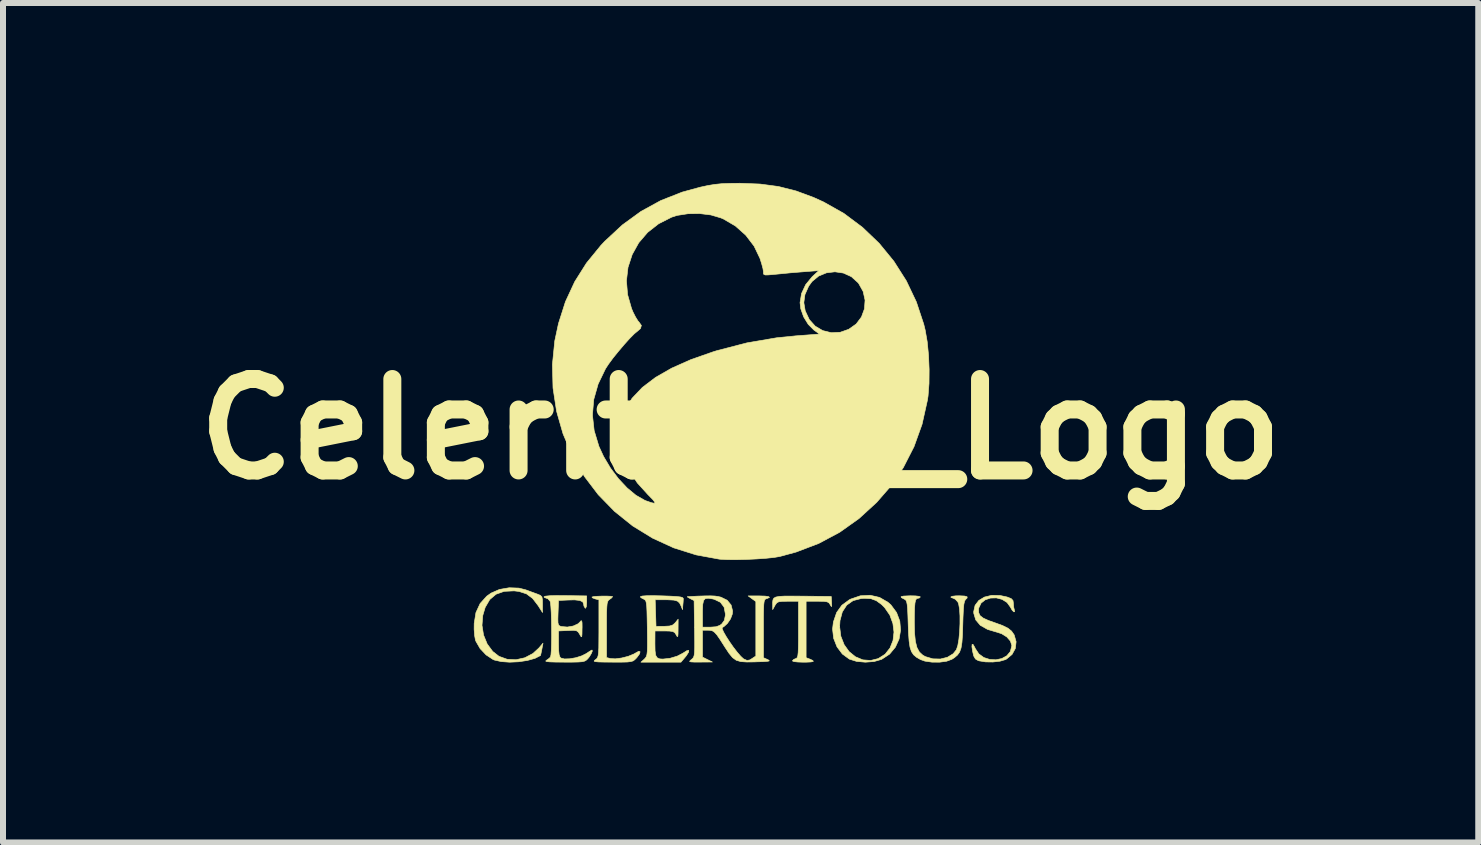
<source format=kicad_pcb>
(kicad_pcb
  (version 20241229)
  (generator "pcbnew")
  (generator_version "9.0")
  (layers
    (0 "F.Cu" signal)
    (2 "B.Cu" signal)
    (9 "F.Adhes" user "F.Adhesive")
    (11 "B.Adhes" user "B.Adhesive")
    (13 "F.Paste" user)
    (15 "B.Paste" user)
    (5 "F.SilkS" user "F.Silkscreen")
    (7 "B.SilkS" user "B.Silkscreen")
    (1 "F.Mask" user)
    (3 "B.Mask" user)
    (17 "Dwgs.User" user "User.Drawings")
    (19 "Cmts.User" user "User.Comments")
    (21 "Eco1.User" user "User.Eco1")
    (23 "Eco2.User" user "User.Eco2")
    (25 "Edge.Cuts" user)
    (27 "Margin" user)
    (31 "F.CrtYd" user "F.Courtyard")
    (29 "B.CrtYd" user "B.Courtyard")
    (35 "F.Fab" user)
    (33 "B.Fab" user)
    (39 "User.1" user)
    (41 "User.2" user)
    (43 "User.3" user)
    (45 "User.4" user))
  (footprint "Celeritous_Logo"
    (layer "F.Cu")
    (at 9.296 4.103)
    (property "Reference" "Celeritous_Logo" (at 0 0 0) (layer "F.SilkS") (effects (font (size 1.524 1.524) (thickness 0.3))))
    (attr through_hole)
    (fp_poly (pts (xy 1.032 2.785) (xy 1.036 2.785) (xy 1.511 2.79) (xy 1.517 2.887) (xy 1.519 2.946) (xy 1.514 2.96) (xy 1.497 2.934) (xy 1.494 2.927) (xy 1.474 2.898) (xy 1.443 2.88) (xy 1.389 2.872) (xy 1.298 2.87) (xy 1.279 2.87) (xy 1.092 2.87) (xy 1.092 3.811) (xy 1.156 3.835) (xy 1.205 3.858) (xy 1.212 3.873) (xy 1.173 3.882) (xy 1.088 3.886) (xy 1.041 3.886) (xy 0.954 3.883) (xy 0.89 3.876) (xy 0.864 3.865) (xy 0.864 3.864) (xy 0.885 3.84) (xy 0.914 3.828) (xy 0.932 3.821) (xy 0.945 3.806) (xy 0.954 3.776) (xy 0.96 3.723) (xy 0.963 3.642) (xy 0.965 3.525) (xy 0.965 3.365) (xy 0.965 3.342) (xy 0.965 2.87) (xy 0.788 2.87) (xy 0.694 2.872) (xy 0.637 2.879) (xy 0.604 2.896) (xy 0.58 2.928) (xy 0.573 2.94) (xy 0.535 3.01) (xy 0.535 2.946) (xy 0.534 2.89) (xy 0.539 2.848) (xy 0.554 2.819) (xy 0.588 2.8) (xy 0.646 2.789) (xy 0.735 2.784) (xy 0.862 2.784) (xy 1.032 2.785)) (stroke (width 0.01) (type solid)) (fill yes) (layer "F.SilkS"))
    (fp_poly (pts (xy -2.167 2.787) (xy -2.135 2.792) (xy -2.134 2.794) (xy -2.152 2.816) (xy -2.184 2.839) (xy -2.202 2.853) (xy -2.215 2.874) (xy -2.225 2.91) (xy -2.23 2.968) (xy -2.234 3.054) (xy -2.235 3.177) (xy -2.235 3.34) (xy -2.235 3.809) (xy -2.17 3.825) (xy -2.089 3.83) (xy -1.983 3.816) (xy -1.873 3.788) (xy -1.78 3.75) (xy -1.751 3.733) (xy -1.698 3.704) (xy -1.676 3.711) (xy -1.684 3.746) (xy -1.725 3.803) (xy -1.739 3.819) (xy -1.766 3.846) (xy -1.793 3.865) (xy -1.831 3.876) (xy -1.889 3.883) (xy -1.977 3.885) (xy -2.104 3.885) (xy -2.139 3.885) (xy -2.274 3.884) (xy -2.365 3.882) (xy -2.419 3.877) (xy -2.441 3.87) (xy -2.438 3.858) (xy -2.419 3.844) (xy -2.399 3.828) (xy -2.385 3.808) (xy -2.375 3.776) (xy -2.368 3.726) (xy -2.364 3.649) (xy -2.363 3.538) (xy -2.362 3.387) (xy -2.362 3.325) (xy -2.362 2.846) (xy -2.427 2.83) (xy -2.47 2.813) (xy -2.478 2.8) (xy -2.448 2.792) (xy -2.386 2.787) (xy -2.308 2.784) (xy -2.23 2.784) (xy -2.167 2.787)) (stroke (width 0.01) (type solid)) (fill yes) (layer "F.SilkS"))
    (fp_poly (pts (xy 2.316 2.806) (xy 2.456 2.887) (xy 2.505 2.93) (xy 2.6 3.058) (xy 2.654 3.201) (xy 2.667 3.352) (xy 2.642 3.5) (xy 2.58 3.636) (xy 2.483 3.752) (xy 2.352 3.838) (xy 2.35 3.839) (xy 2.225 3.875) (xy 2.08 3.886) (xy 1.935 3.873) (xy 1.814 3.835) (xy 1.812 3.834) (xy 1.696 3.749) (xy 1.607 3.63) (xy 1.551 3.488) (xy 1.533 3.333) (xy 1.538 3.292) (xy 1.651 3.292) (xy 1.671 3.453) (xy 1.726 3.594) (xy 1.809 3.71) (xy 1.915 3.796) (xy 2.037 3.847) (xy 2.169 3.857) (xy 2.294 3.826) (xy 2.409 3.753) (xy 2.491 3.649) (xy 2.541 3.524) (xy 2.557 3.384) (xy 2.539 3.241) (xy 2.488 3.101) (xy 2.401 2.975) (xy 2.351 2.925) (xy 2.262 2.86) (xy 2.173 2.827) (xy 2.064 2.821) (xy 2.009 2.825) (xy 1.874 2.86) (xy 1.769 2.935) (xy 1.696 3.047) (xy 1.657 3.193) (xy 1.651 3.292) (xy 1.538 3.292) (xy 1.547 3.216) (xy 1.601 3.058) (xy 1.688 2.937) (xy 1.812 2.846) (xy 1.833 2.835) (xy 1.996 2.779) (xy 2.16 2.77) (xy 2.316 2.806)) (stroke (width 0.01) (type solid)) (fill yes) (layer "F.SilkS"))
    (fp_poly (pts (xy -3.695 2.651) (xy -3.581 2.68) (xy -3.492 2.713) (xy -3.407 2.744) (xy -3.385 2.752) (xy -3.337 2.772) (xy -3.312 2.798) (xy -3.303 2.847) (xy -3.302 2.919) (xy -3.302 3.058) (xy -3.375 2.943) (xy -3.467 2.823) (xy -3.569 2.747) (xy -3.692 2.707) (xy -3.776 2.697) (xy -3.942 2.705) (xy -4.077 2.753) (xy -4.182 2.842) (xy -4.258 2.973) (xy -4.298 3.107) (xy -4.311 3.271) (xy -4.285 3.434) (xy -4.224 3.583) (xy -4.132 3.707) (xy -4.028 3.788) (xy -3.892 3.837) (xy -3.744 3.845) (xy -3.597 3.812) (xy -3.462 3.741) (xy -3.365 3.652) (xy -3.294 3.569) (xy -3.313 3.67) (xy -3.326 3.734) (xy -3.335 3.772) (xy -3.336 3.775) (xy -3.428 3.822) (xy -3.554 3.857) (xy -3.7 3.879) (xy -3.85 3.886) (xy -3.99 3.876) (xy -4.105 3.85) (xy -4.128 3.84) (xy -4.243 3.764) (xy -4.343 3.658) (xy -4.411 3.54) (xy -4.42 3.518) (xy -4.434 3.442) (xy -4.442 3.338) (xy -4.441 3.24) (xy -4.412 3.059) (xy -4.342 2.908) (xy -4.232 2.786) (xy -4.159 2.734) (xy -4.019 2.673) (xy -3.857 2.645) (xy -3.695 2.651)) (stroke (width 0.01) (type solid)) (fill yes) (layer "F.SilkS"))
    (fp_poly (pts (xy 4.326 2.774) (xy 4.445 2.8) (xy 4.511 2.826) (xy 4.541 2.858) (xy 4.547 2.9) (xy 4.552 2.967) (xy 4.562 3.008) (xy 4.569 3.044) (xy 4.555 3.047) (xy 4.528 3.021) (xy 4.5 2.972) (xy 4.5 2.971) (xy 4.442 2.891) (xy 4.36 2.839) (xy 4.264 2.814) (xy 4.166 2.817) (xy 4.078 2.846) (xy 4.009 2.901) (xy 3.971 2.981) (xy 3.967 3.004) (xy 3.97 3.063) (xy 3.993 3.111) (xy 4.045 3.151) (xy 4.133 3.191) (xy 4.241 3.229) (xy 4.369 3.276) (xy 4.458 3.32) (xy 4.517 3.368) (xy 4.558 3.427) (xy 4.561 3.432) (xy 4.593 3.545) (xy 4.58 3.657) (xy 4.525 3.757) (xy 4.432 3.834) (xy 4.412 3.844) (xy 4.322 3.87) (xy 4.205 3.883) (xy 4.083 3.881) (xy 3.979 3.864) (xy 3.959 3.858) (xy 3.915 3.832) (xy 3.887 3.784) (xy 3.868 3.707) (xy 3.856 3.626) (xy 3.86 3.587) (xy 3.878 3.593) (xy 3.907 3.646) (xy 3.912 3.658) (xy 3.971 3.747) (xy 4.054 3.808) (xy 4.153 3.84) (xy 4.256 3.846) (xy 4.355 3.825) (xy 4.438 3.779) (xy 4.497 3.708) (xy 4.521 3.613) (xy 4.521 3.606) (xy 4.498 3.534) (xy 4.438 3.465) (xy 4.353 3.412) (xy 4.287 3.39) (xy 4.118 3.34) (xy 3.996 3.271) (xy 3.92 3.181) (xy 3.887 3.071) (xy 3.886 3.042) (xy 3.909 2.938) (xy 3.971 2.857) (xy 4.066 2.8) (xy 4.187 2.771) (xy 4.326 2.774)) (stroke (width 0.01) (type solid)) (fill yes) (layer "F.SilkS"))
    (fp_poly (pts (xy -1.314 2.78) (xy -1.17 2.785) (xy -1.069 2.791) (xy -1.005 2.798) (xy -0.969 2.808) (xy -0.956 2.822) (xy -0.955 2.83) (xy -0.958 2.886) (xy -0.963 2.94) (xy -0.968 3.01) (xy -0.993 2.947) (xy -1.019 2.897) (xy -1.054 2.867) (xy -1.112 2.851) (xy -1.203 2.846) (xy -1.252 2.845) (xy -1.424 2.845) (xy -1.41 3.289) (xy -1.273 3.288) (xy -1.185 3.283) (xy -1.13 3.265) (xy -1.09 3.229) (xy -1.089 3.228) (xy -1.041 3.169) (xy -1.042 3.331) (xy -1.043 3.416) (xy -1.047 3.456) (xy -1.057 3.459) (xy -1.073 3.431) (xy -1.074 3.429) (xy -1.097 3.394) (xy -1.129 3.375) (xy -1.185 3.367) (xy -1.267 3.365) (xy -1.427 3.365) (xy -1.428 3.578) (xy -1.426 3.695) (xy -1.416 3.77) (xy -1.391 3.812) (xy -1.349 3.831) (xy -1.295 3.834) (xy -1.176 3.821) (xy -1.056 3.785) (xy -0.962 3.736) (xy -0.896 3.694) (xy -0.864 3.689) (xy -0.866 3.717) (xy -0.904 3.777) (xy -0.929 3.808) (xy -0.995 3.886) (xy -1.661 3.886) (xy -1.604 3.834) (xy -1.585 3.813) (xy -1.57 3.789) (xy -1.561 3.754) (xy -1.555 3.7) (xy -1.553 3.62) (xy -1.553 3.505) (xy -1.555 3.348) (xy -1.555 3.32) (xy -1.558 3.156) (xy -1.561 3.036) (xy -1.565 2.952) (xy -1.572 2.897) (xy -1.581 2.864) (xy -1.595 2.846) (xy -1.614 2.835) (xy -1.619 2.832) (xy -1.662 2.81) (xy -1.67 2.793) (xy -1.639 2.783) (xy -1.566 2.778) (xy -1.448 2.777) (xy -1.314 2.78)) (stroke (width 0.01) (type solid)) (fill yes) (layer "F.SilkS"))
    (fp_poly (pts (xy 2.916 2.781) (xy 2.976 2.788) (xy 2.997 2.798) (xy 2.977 2.817) (xy 2.962 2.819) (xy 2.936 2.826) (xy 2.918 2.85) (xy 2.907 2.899) (xy 2.9 2.98) (xy 2.897 3.099) (xy 2.896 3.222) (xy 2.9 3.402) (xy 2.914 3.54) (xy 2.94 3.642) (xy 2.98 3.716) (xy 3.036 3.768) (xy 3.08 3.793) (xy 3.204 3.83) (xy 3.331 3.833) (xy 3.448 3.804) (xy 3.544 3.745) (xy 3.597 3.679) (xy 3.621 3.608) (xy 3.639 3.504) (xy 3.651 3.379) (xy 3.657 3.245) (xy 3.657 3.114) (xy 3.65 3.001) (xy 3.635 2.916) (xy 3.622 2.883) (xy 3.58 2.837) (xy 3.543 2.819) (xy 3.509 2.808) (xy 3.505 2.798) (xy 3.528 2.787) (xy 3.587 2.78) (xy 3.645 2.779) (xy 3.733 2.783) (xy 3.775 2.794) (xy 3.777 2.815) (xy 3.749 2.843) (xy 3.734 2.868) (xy 3.722 2.92) (xy 3.714 3.005) (xy 3.708 3.13) (xy 3.704 3.26) (xy 3.699 3.429) (xy 3.69 3.556) (xy 3.675 3.649) (xy 3.651 3.717) (xy 3.615 3.767) (xy 3.565 3.81) (xy 3.523 3.837) (xy 3.434 3.87) (xy 3.317 3.886) (xy 3.189 3.885) (xy 3.072 3.868) (xy 2.999 3.842) (xy 2.933 3.804) (xy 2.883 3.762) (xy 2.848 3.709) (xy 2.824 3.635) (xy 2.809 3.534) (xy 2.799 3.396) (xy 2.794 3.256) (xy 2.789 3.105) (xy 2.784 2.998) (xy 2.777 2.925) (xy 2.768 2.88) (xy 2.756 2.854) (xy 2.737 2.839) (xy 2.724 2.832) (xy 2.679 2.809) (xy 2.675 2.793) (xy 2.715 2.784) (xy 2.801 2.78) (xy 2.832 2.779) (xy 2.916 2.781)) (stroke (width 0.01) (type solid)) (fill yes) (layer "F.SilkS"))
    (fp_poly (pts (xy -2.929 2.776) (xy -2.921 2.776) (xy -2.566 2.781) (xy -2.566 2.891) (xy -2.571 2.958) (xy -2.584 2.986) (xy -2.591 2.985) (xy -2.612 2.949) (xy -2.616 2.92) (xy -2.631 2.881) (xy -2.68 2.857) (xy -2.768 2.847) (xy -2.884 2.85) (xy -3.035 2.857) (xy -3.043 3.066) (xy -3.046 3.169) (xy -3.044 3.232) (xy -3.034 3.266) (xy -3.014 3.283) (xy -2.984 3.292) (xy -2.888 3.3) (xy -2.79 3.283) (xy -2.71 3.246) (xy -2.686 3.224) (xy -2.662 3.197) (xy -2.649 3.196) (xy -2.643 3.229) (xy -2.642 3.302) (xy -2.643 3.331) (xy -2.644 3.417) (xy -2.648 3.459) (xy -2.657 3.463) (xy -2.675 3.435) (xy -2.682 3.421) (xy -2.707 3.383) (xy -2.736 3.362) (xy -2.786 3.355) (xy -2.871 3.358) (xy -2.878 3.358) (xy -3.035 3.365) (xy -3.035 3.579) (xy -3.033 3.691) (xy -3.025 3.762) (xy -3.01 3.802) (xy -2.995 3.817) (xy -2.936 3.832) (xy -2.846 3.829) (xy -2.745 3.811) (xy -2.648 3.78) (xy -2.578 3.745) (xy -2.52 3.707) (xy -2.482 3.685) (xy -2.476 3.683) (xy -2.472 3.701) (xy -2.49 3.744) (xy -2.522 3.797) (xy -2.548 3.829) (xy -2.572 3.852) (xy -2.6 3.868) (xy -2.643 3.878) (xy -2.708 3.883) (xy -2.806 3.885) (xy -2.944 3.885) (xy -3.084 3.884) (xy -3.178 3.881) (xy -3.231 3.876) (xy -3.249 3.867) (xy -3.239 3.856) (xy -3.19 3.821) (xy -3.169 3.799) (xy -3.161 3.762) (xy -3.155 3.685) (xy -3.152 3.578) (xy -3.15 3.451) (xy -3.151 3.315) (xy -3.153 3.181) (xy -3.157 3.058) (xy -3.163 2.958) (xy -3.17 2.89) (xy -3.176 2.869) (xy -3.212 2.829) (xy -3.239 2.819) (xy -3.273 2.806) (xy -3.277 2.795) (xy -3.252 2.785) (xy -3.182 2.778) (xy -3.073 2.775) (xy -2.929 2.776)) (stroke (width 0.01) (type solid)) (fill yes) (layer "F.SilkS"))
    (fp_poly (pts (xy -0.429 2.783) (xy -0.375 2.791) (xy -0.328 2.802) (xy -0.224 2.853) (xy -0.158 2.933) (xy -0.133 3.033) (xy -0.138 3.084) (xy -0.168 3.164) (xy -0.221 3.241) (xy -0.282 3.296) (xy -0.305 3.306) (xy -0.307 3.33) (xy -0.283 3.384) (xy -0.24 3.459) (xy -0.184 3.546) (xy -0.121 3.636) (xy -0.057 3.719) (xy 0.001 3.786) (xy 0.046 3.828) (xy 0.054 3.833) (xy 0.107 3.856) (xy 0.151 3.849) (xy 0.188 3.827) (xy 0.254 3.783) (xy 0.254 2.874) (xy 0.19 2.828) (xy 0.126 2.781) (xy 0.304 2.781) (xy 0.407 2.784) (xy 0.467 2.793) (xy 0.482 2.805) (xy 0.449 2.822) (xy 0.432 2.827) (xy 0.414 2.834) (xy 0.401 2.849) (xy 0.392 2.878) (xy 0.386 2.93) (xy 0.383 3.01) (xy 0.381 3.125) (xy 0.381 3.283) (xy 0.381 3.326) (xy 0.381 3.811) (xy 0.451 3.842) (xy 0.476 3.856) (xy 0.475 3.866) (xy 0.442 3.872) (xy 0.37 3.877) (xy 0.254 3.88) (xy 0.245 3.881) (xy 0.104 3.883) (xy 0.003 3.876) (xy -0.072 3.854) (xy -0.133 3.81) (xy -0.192 3.739) (xy -0.261 3.635) (xy -0.273 3.616) (xy -0.343 3.506) (xy -0.395 3.431) (xy -0.436 3.386) (xy -0.473 3.362) (xy -0.514 3.354) (xy -0.548 3.353) (xy -0.635 3.353) (xy -0.635 3.801) (xy -0.47 3.883) (xy -0.673 3.884) (xy -0.773 3.884) (xy -0.829 3.881) (xy -0.85 3.874) (xy -0.841 3.859) (xy -0.819 3.841) (xy -0.798 3.823) (xy -0.784 3.803) (xy -0.774 3.771) (xy -0.768 3.721) (xy -0.765 3.645) (xy -0.765 3.536) (xy -0.767 3.385) (xy -0.768 3.328) (xy -0.772 3.073) (xy -0.635 3.073) (xy -0.635 3.302) (xy -0.503 3.302) (xy -0.408 3.295) (xy -0.344 3.271) (xy -0.313 3.247) (xy -0.271 3.189) (xy -0.255 3.11) (xy -0.254 3.081) (xy -0.275 2.969) (xy -0.337 2.887) (xy -0.438 2.838) (xy -0.467 2.831) (xy -0.541 2.82) (xy -0.589 2.827) (xy -0.617 2.858) (xy -0.631 2.922) (xy -0.635 3.026) (xy -0.635 3.073) (xy -0.772 3.073) (xy -0.775 2.859) (xy -0.838 2.827) (xy -0.88 2.804) (xy -0.889 2.794) (xy -0.72 2.785) (xy -0.593 2.781) (xy -0.499 2.78) (xy -0.429 2.783)) (stroke (width 0.01) (type solid)) (fill yes) (layer "F.SilkS"))
    (fp_poly (pts (xy 0.324 -4.085) (xy 0.631 -4.044) (xy 0.924 -3.97) (xy 1.218 -3.861) (xy 1.385 -3.785) (xy 1.722 -3.595) (xy 2.031 -3.364) (xy 2.31 -3.097) (xy 2.555 -2.798) (xy 2.763 -2.471) (xy 2.93 -2.12) (xy 3.053 -1.749) (xy 3.077 -1.651) (xy 3.111 -1.456) (xy 3.133 -1.231) (xy 3.143 -0.993) (xy 3.141 -0.76) (xy 3.125 -0.551) (xy 3.114 -0.479) (xy 3.025 -0.08) (xy 2.891 0.293) (xy 2.712 0.643) (xy 2.489 0.968) (xy 2.269 1.221) (xy 1.974 1.491) (xy 1.653 1.719) (xy 1.303 1.906) (xy 0.925 2.05) (xy 0.656 2.123) (xy 0.558 2.14) (xy 0.423 2.154) (xy 0.265 2.165) (xy 0.096 2.173) (xy -0.07 2.177) (xy -0.218 2.176) (xy -0.336 2.17) (xy -0.356 2.168) (xy -0.742 2.097) (xy -1.114 1.98) (xy -1.467 1.818) (xy -1.798 1.615) (xy -2.101 1.372) (xy -2.373 1.093) (xy -2.602 0.792) (xy -2.805 0.443) (xy -2.96 0.078) (xy -3.05 -0.235) (xy -2.47 -0.235) (xy -2.441 0.026) (xy -2.362 0.288) (xy -2.284 0.457) (xy -2.169 0.65) (xy -2.036 0.827) (xy -1.892 0.981) (xy -1.745 1.103) (xy -1.602 1.185) (xy -1.579 1.195) (xy -1.487 1.227) (xy -1.437 1.237) (xy -1.429 1.221) (xy -1.461 1.178) (xy -1.533 1.104) (xy -1.545 1.092) (xy -1.721 0.898) (xy -1.851 0.7) (xy -1.938 0.489) (xy -1.988 0.255) (xy -2.001 0.108) (xy -2.006 -0.011) (xy -2.005 -0.095) (xy -1.997 -0.159) (xy -1.978 -0.218) (xy -1.946 -0.289) (xy -1.93 -0.322) (xy -1.808 -0.515) (xy -1.637 -0.695) (xy -1.417 -0.862) (xy -1.148 -1.016) (xy -0.831 -1.157) (xy -0.464 -1.286) (xy -0.397 -1.307) (xy 0.104 -1.437) (xy 0.601 -1.522) (xy 0.918 -1.554) (xy 1.316 -1.584) (xy 1.22 -1.653) (xy 1.127 -1.747) (xy 1.051 -1.871) (xy 1.003 -2.006) (xy 0.991 -2.107) (xy 0.991 -2.108) (xy 1.054 -2.108) (xy 1.078 -1.967) (xy 1.079 -1.967) (xy 1.145 -1.826) (xy 1.244 -1.716) (xy 1.369 -1.642) (xy 1.511 -1.607) (xy 1.661 -1.614) (xy 1.803 -1.664) (xy 1.927 -1.752) (xy 2.015 -1.869) (xy 2.065 -2.005) (xy 2.075 -2.149) (xy 2.043 -2.294) (xy 1.968 -2.428) (xy 1.957 -2.441) (xy 1.846 -2.541) (xy 1.714 -2.601) (xy 1.573 -2.622) (xy 1.432 -2.605) (xy 1.301 -2.551) (xy 1.191 -2.46) (xy 1.134 -2.381) (xy 1.072 -2.241) (xy 1.054 -2.108) (xy 0.991 -2.108) (xy 1.016 -2.26) (xy 1.085 -2.408) (xy 1.193 -2.539) (xy 1.199 -2.545) (xy 1.304 -2.642) (xy 1.103 -2.627) (xy 0.978 -2.617) (xy 0.831 -2.605) (xy 0.69 -2.591) (xy 0.668 -2.589) (xy 0.544 -2.577) (xy 0.462 -2.57) (xy 0.413 -2.569) (xy 0.389 -2.577) (xy 0.381 -2.592) (xy 0.381 -2.618) (xy 0.381 -2.623) (xy 0.373 -2.675) (xy 0.351 -2.757) (xy 0.322 -2.848) (xy 0.225 -3.05) (xy 0.086 -3.232) (xy -0.087 -3.386) (xy -0.287 -3.503) (xy -0.33 -3.521) (xy -0.496 -3.57) (xy -0.685 -3.593) (xy -0.879 -3.59) (xy -1.059 -3.562) (xy -1.149 -3.533) (xy -1.366 -3.423) (xy -1.55 -3.279) (xy -1.698 -3.106) (xy -1.807 -2.91) (xy -1.877 -2.696) (xy -1.903 -2.472) (xy -1.884 -2.241) (xy -1.818 -2.01) (xy -1.792 -1.948) (xy -1.751 -1.868) (xy -1.712 -1.805) (xy -1.69 -1.779) (xy -1.654 -1.728) (xy -1.669 -1.676) (xy -1.716 -1.635) (xy -1.773 -1.588) (xy -1.851 -1.509) (xy -1.941 -1.409) (xy -2.035 -1.298) (xy -2.125 -1.187) (xy -2.201 -1.084) (xy -2.252 -1.006) (xy -2.375 -0.751) (xy -2.448 -0.494) (xy -2.47 -0.235) (xy -3.05 -0.235) (xy -3.068 -0.299) (xy -3.127 -0.685) (xy -3.137 -1.076) (xy -3.098 -1.469) (xy -3.036 -1.759) (xy -2.92 -2.123) (xy -2.765 -2.457) (xy -2.569 -2.768) (xy -2.328 -3.063) (xy -2.264 -3.131) (xy -1.971 -3.403) (xy -1.662 -3.628) (xy -1.33 -3.81) (xy -0.972 -3.951) (xy -0.675 -4.032) (xy -0.546 -4.06) (xy -0.43 -4.079) (xy -0.313 -4.091) (xy -0.176 -4.096) (xy -0.013 -4.098) (xy 0.324 -4.085)) (stroke (width 0.01) (type solid)) (fill yes) (layer "F.SilkS")))
  (gr_rect
    (start -3 -3)
    (end 21.593 10.994)
    (stroke (width 0.1) (type default))
    (fill no)
    (layer "Edge.Cuts")))
</source>
